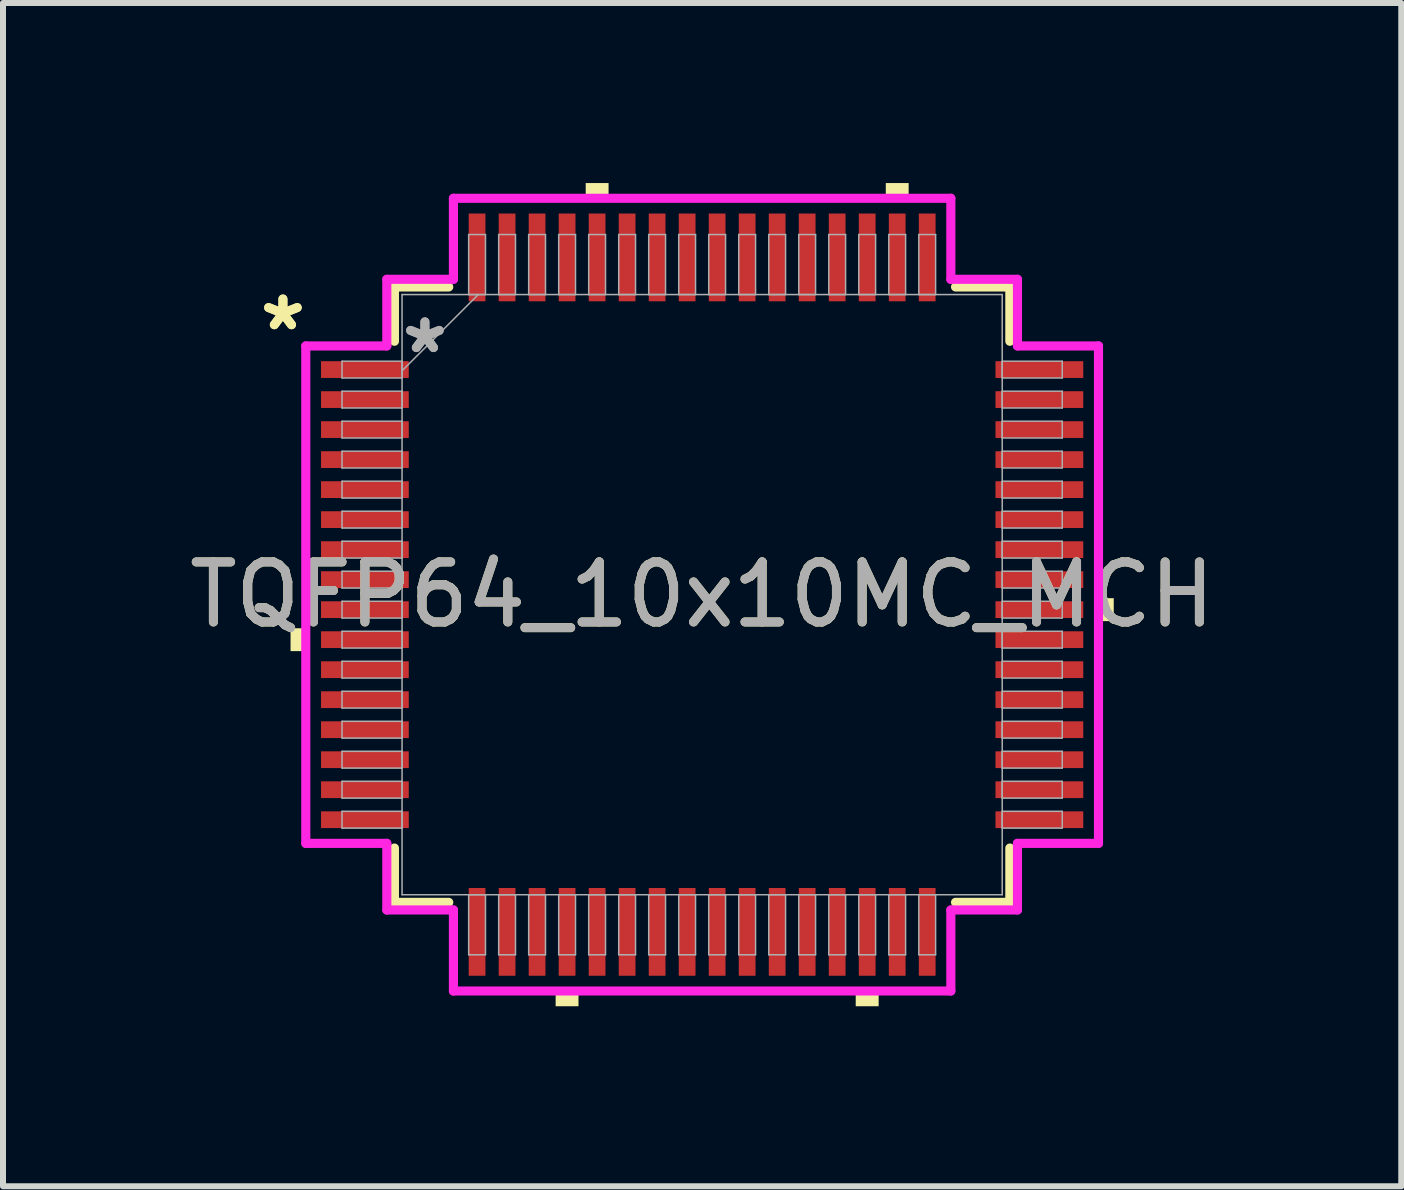
<source format=kicad_pcb>
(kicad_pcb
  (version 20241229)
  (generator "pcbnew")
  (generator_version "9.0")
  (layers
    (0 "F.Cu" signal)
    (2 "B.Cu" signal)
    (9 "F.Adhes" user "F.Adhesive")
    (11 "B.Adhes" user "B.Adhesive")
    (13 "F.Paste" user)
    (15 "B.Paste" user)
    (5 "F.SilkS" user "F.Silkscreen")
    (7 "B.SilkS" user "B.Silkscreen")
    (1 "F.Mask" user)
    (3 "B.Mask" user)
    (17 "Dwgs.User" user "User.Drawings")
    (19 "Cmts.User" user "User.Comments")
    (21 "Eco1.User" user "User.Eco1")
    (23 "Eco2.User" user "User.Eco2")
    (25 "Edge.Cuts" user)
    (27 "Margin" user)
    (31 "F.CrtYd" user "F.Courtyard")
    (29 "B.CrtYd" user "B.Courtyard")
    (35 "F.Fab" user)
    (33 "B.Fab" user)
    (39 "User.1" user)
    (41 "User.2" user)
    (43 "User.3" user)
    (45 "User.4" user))
  (footprint "TQFP64_10x10MC_MCH"
    (layer "F.Cu")
    (at 8.649 6.858)
    (property "Reference" "TQFP64_10x10MC_MCH" (at 0 0 0) (unlocked yes) (layer "F.SilkS") (effects (font (size 1 1) (thickness 0.15))))
    (attr smd)
    (fp_line (start -5.127 -5.127) (end -5.127 -4.222) (stroke (width 0.152) (type solid)) (layer "F.SilkS"))
    (fp_line (start -5.127 4.222) (end -5.127 5.127) (stroke (width 0.152) (type solid)) (layer "F.SilkS"))
    (fp_line (start -5.127 5.127) (end -4.222 5.127) (stroke (width 0.152) (type solid)) (layer "F.SilkS"))
    (fp_line (start -4.222 -5.127) (end -5.127 -5.127) (stroke (width 0.152) (type solid)) (layer "F.SilkS"))
    (fp_line (start 4.222 5.127) (end 5.127 5.127) (stroke (width 0.152) (type solid)) (layer "F.SilkS"))
    (fp_line (start 5.127 -5.127) (end 4.222 -5.127) (stroke (width 0.152) (type solid)) (layer "F.SilkS"))
    (fp_line (start 5.127 -4.222) (end 5.127 -5.127) (stroke (width 0.152) (type solid)) (layer "F.SilkS"))
    (fp_line (start 5.127 5.127) (end 5.127 4.222) (stroke (width 0.152) (type solid)) (layer "F.SilkS"))
    (fp_poly (pts (xy -6.858 0.56) (xy -6.858 0.941) (xy -6.604 0.941) (xy -6.604 0.56)) (stroke (width 0) (type solid)) (fill yes) (layer "F.SilkS"))
    (fp_poly (pts (xy -2.441 6.604) (xy -2.441 6.858) (xy -2.06 6.858) (xy -2.06 6.604)) (stroke (width 0) (type solid)) (fill yes) (layer "F.SilkS"))
    (fp_poly (pts (xy -1.94 -6.604) (xy -1.94 -6.858) (xy -1.559 -6.858) (xy -1.559 -6.604)) (stroke (width 0) (type solid)) (fill yes) (layer "F.SilkS"))
    (fp_poly (pts (xy 2.559 6.604) (xy 2.559 6.858) (xy 2.941 6.858) (xy 2.941 6.604)) (stroke (width 0) (type solid)) (fill yes) (layer "F.SilkS"))
    (fp_poly (pts (xy 3.06 -6.604) (xy 3.06 -6.858) (xy 3.441 -6.858) (xy 3.441 -6.604)) (stroke (width 0) (type solid)) (fill yes) (layer "F.SilkS"))
    (fp_poly (pts (xy 6.858 0.059) (xy 6.858 0.441) (xy 6.604 0.441) (xy 6.604 0.059)) (stroke (width 0) (type solid)) (fill yes) (layer "F.SilkS"))
    (fp_line (start -6.604 -4.144) (end -5.254 -4.144) (stroke (width 0.152) (type solid)) (layer "F.CrtYd"))
    (fp_line (start -6.604 4.144) (end -6.604 -4.144) (stroke (width 0.152) (type solid)) (layer "F.CrtYd"))
    (fp_line (start -5.254 -5.254) (end -4.144 -5.254) (stroke (width 0.152) (type solid)) (layer "F.CrtYd"))
    (fp_line (start -5.254 -4.144) (end -5.254 -5.254) (stroke (width 0.152) (type solid)) (layer "F.CrtYd"))
    (fp_line (start -5.254 4.144) (end -6.604 4.144) (stroke (width 0.152) (type solid)) (layer "F.CrtYd"))
    (fp_line (start -5.254 5.254) (end -5.254 4.144) (stroke (width 0.152) (type solid)) (layer "F.CrtYd"))
    (fp_line (start -5.254 5.254) (end -4.144 5.254) (stroke (width 0.152) (type solid)) (layer "F.CrtYd"))
    (fp_line (start -4.144 -6.604) (end 4.144 -6.604) (stroke (width 0.152) (type solid)) (layer "F.CrtYd"))
    (fp_line (start -4.144 -5.254) (end -4.144 -6.604) (stroke (width 0.152) (type solid)) (layer "F.CrtYd"))
    (fp_line (start -4.144 5.254) (end -4.144 6.604) (stroke (width 0.152) (type solid)) (layer "F.CrtYd"))
    (fp_line (start -4.144 6.604) (end 4.144 6.604) (stroke (width 0.152) (type solid)) (layer "F.CrtYd"))
    (fp_line (start 4.144 -6.604) (end 4.144 -5.254) (stroke (width 0.152) (type solid)) (layer "F.CrtYd"))
    (fp_line (start 4.144 -5.254) (end 5.254 -5.254) (stroke (width 0.152) (type solid)) (layer "F.CrtYd"))
    (fp_line (start 4.144 5.254) (end 5.254 5.254) (stroke (width 0.152) (type solid)) (layer "F.CrtYd"))
    (fp_line (start 4.144 6.604) (end 4.144 5.254) (stroke (width 0.152) (type solid)) (layer "F.CrtYd"))
    (fp_line (start 5.254 -4.144) (end 5.254 -5.254) (stroke (width 0.152) (type solid)) (layer "F.CrtYd"))
    (fp_line (start 5.254 4.144) (end 6.604 4.144) (stroke (width 0.152) (type solid)) (layer "F.CrtYd"))
    (fp_line (start 5.254 5.254) (end 5.254 4.144) (stroke (width 0.152) (type solid)) (layer "F.CrtYd"))
    (fp_line (start 6.604 -4.144) (end 5.254 -4.144) (stroke (width 0.152) (type solid)) (layer "F.CrtYd"))
    (fp_line (start 6.604 4.144) (end 6.604 -4.144) (stroke (width 0.152) (type solid)) (layer "F.CrtYd"))
    (fp_line (start -6 -3.89) (end -6 -3.61) (stroke (width 0.025) (type solid)) (layer "F.Fab"))
    (fp_line (start -6 -3.61) (end -5 -3.61) (stroke (width 0.025) (type solid)) (layer "F.Fab"))
    (fp_line (start -6 -3.39) (end -6 -3.11) (stroke (width 0.025) (type solid)) (layer "F.Fab"))
    (fp_line (start -6 -3.11) (end -5 -3.11) (stroke (width 0.025) (type solid)) (layer "F.Fab"))
    (fp_line (start -6 -2.89) (end -6 -2.61) (stroke (width 0.025) (type solid)) (layer "F.Fab"))
    (fp_line (start -6 -2.61) (end -5 -2.61) (stroke (width 0.025) (type solid)) (layer "F.Fab"))
    (fp_line (start -6 -2.39) (end -6 -2.11) (stroke (width 0.025) (type solid)) (layer "F.Fab"))
    (fp_line (start -6 -2.11) (end -5 -2.11) (stroke (width 0.025) (type solid)) (layer "F.Fab"))
    (fp_line (start -6 -1.89) (end -6 -1.61) (stroke (width 0.025) (type solid)) (layer "F.Fab"))
    (fp_line (start -6 -1.61) (end -5 -1.61) (stroke (width 0.025) (type solid)) (layer "F.Fab"))
    (fp_line (start -6 -1.39) (end -6 -1.11) (stroke (width 0.025) (type solid)) (layer "F.Fab"))
    (fp_line (start -6 -1.11) (end -5 -1.11) (stroke (width 0.025) (type solid)) (layer "F.Fab"))
    (fp_line (start -6 -0.89) (end -6 -0.61) (stroke (width 0.025) (type solid)) (layer "F.Fab"))
    (fp_line (start -6 -0.61) (end -5 -0.61) (stroke (width 0.025) (type solid)) (layer "F.Fab"))
    (fp_line (start -6 -0.39) (end -6 -0.11) (stroke (width 0.025) (type solid)) (layer "F.Fab"))
    (fp_line (start -6 -0.11) (end -5 -0.11) (stroke (width 0.025) (type solid)) (layer "F.Fab"))
    (fp_line (start -6 0.11) (end -6 0.39) (stroke (width 0.025) (type solid)) (layer "F.Fab"))
    (fp_line (start -6 0.39) (end -5 0.39) (stroke (width 0.025) (type solid)) (layer "F.Fab"))
    (fp_line (start -6 0.61) (end -6 0.89) (stroke (width 0.025) (type solid)) (layer "F.Fab"))
    (fp_line (start -6 0.89) (end -5 0.89) (stroke (width 0.025) (type solid)) (layer "F.Fab"))
    (fp_line (start -6 1.11) (end -6 1.39) (stroke (width 0.025) (type solid)) (layer "F.Fab"))
    (fp_line (start -6 1.39) (end -5 1.39) (stroke (width 0.025) (type solid)) (layer "F.Fab"))
    (fp_line (start -6 1.61) (end -6 1.89) (stroke (width 0.025) (type solid)) (layer "F.Fab"))
    (fp_line (start -6 1.89) (end -5 1.89) (stroke (width 0.025) (type solid)) (layer "F.Fab"))
    (fp_line (start -6 2.11) (end -6 2.39) (stroke (width 0.025) (type solid)) (layer "F.Fab"))
    (fp_line (start -6 2.39) (end -5 2.39) (stroke (width 0.025) (type solid)) (layer "F.Fab"))
    (fp_line (start -6 2.61) (end -6 2.89) (stroke (width 0.025) (type solid)) (layer "F.Fab"))
    (fp_line (start -6 2.89) (end -5 2.89) (stroke (width 0.025) (type solid)) (layer "F.Fab"))
    (fp_line (start -6 3.11) (end -6 3.39) (stroke (width 0.025) (type solid)) (layer "F.Fab"))
    (fp_line (start -6 3.39) (end -5 3.39) (stroke (width 0.025) (type solid)) (layer "F.Fab"))
    (fp_line (start -6 3.61) (end -6 3.89) (stroke (width 0.025) (type solid)) (layer "F.Fab"))
    (fp_line (start -6 3.89) (end -5 3.89) (stroke (width 0.025) (type solid)) (layer "F.Fab"))
    (fp_line (start -5 -5) (end -5 5) (stroke (width 0.025) (type solid)) (layer "F.Fab"))
    (fp_line (start -5 -3.89) (end -6 -3.89) (stroke (width 0.025) (type solid)) (layer "F.Fab"))
    (fp_line (start -5 -3.73) (end -3.73 -5) (stroke (width 0.025) (type solid)) (layer "F.Fab"))
    (fp_line (start -5 -3.61) (end -5 -3.89) (stroke (width 0.025) (type solid)) (layer "F.Fab"))
    (fp_line (start -5 -3.39) (end -6 -3.39) (stroke (width 0.025) (type solid)) (layer "F.Fab"))
    (fp_line (start -5 -3.11) (end -5 -3.39) (stroke (width 0.025) (type solid)) (layer "F.Fab"))
    (fp_line (start -5 -2.89) (end -6 -2.89) (stroke (width 0.025) (type solid)) (layer "F.Fab"))
    (fp_line (start -5 -2.61) (end -5 -2.89) (stroke (width 0.025) (type solid)) (layer "F.Fab"))
    (fp_line (start -5 -2.39) (end -6 -2.39) (stroke (width 0.025) (type solid)) (layer "F.Fab"))
    (fp_line (start -5 -2.11) (end -5 -2.39) (stroke (width 0.025) (type solid)) (layer "F.Fab"))
    (fp_line (start -5 -1.89) (end -6 -1.89) (stroke (width 0.025) (type solid)) (layer "F.Fab"))
    (fp_line (start -5 -1.61) (end -5 -1.89) (stroke (width 0.025) (type solid)) (layer "F.Fab"))
    (fp_line (start -5 -1.39) (end -6 -1.39) (stroke (width 0.025) (type solid)) (layer "F.Fab"))
    (fp_line (start -5 -1.11) (end -5 -1.39) (stroke (width 0.025) (type solid)) (layer "F.Fab"))
    (fp_line (start -5 -0.89) (end -6 -0.89) (stroke (width 0.025) (type solid)) (layer "F.Fab"))
    (fp_line (start -5 -0.61) (end -5 -0.89) (stroke (width 0.025) (type solid)) (layer "F.Fab"))
    (fp_line (start -5 -0.39) (end -6 -0.39) (stroke (width 0.025) (type solid)) (layer "F.Fab"))
    (fp_line (start -5 -0.11) (end -5 -0.39) (stroke (width 0.025) (type solid)) (layer "F.Fab"))
    (fp_line (start -5 0.11) (end -6 0.11) (stroke (width 0.025) (type solid)) (layer "F.Fab"))
    (fp_line (start -5 0.39) (end -5 0.11) (stroke (width 0.025) (type solid)) (layer "F.Fab"))
    (fp_line (start -5 0.61) (end -6 0.61) (stroke (width 0.025) (type solid)) (layer "F.Fab"))
    (fp_line (start -5 0.89) (end -5 0.61) (stroke (width 0.025) (type solid)) (layer "F.Fab"))
    (fp_line (start -5 1.11) (end -6 1.11) (stroke (width 0.025) (type solid)) (layer "F.Fab"))
    (fp_line (start -5 1.39) (end -5 1.11) (stroke (width 0.025) (type solid)) (layer "F.Fab"))
    (fp_line (start -5 1.61) (end -6 1.61) (stroke (width 0.025) (type solid)) (layer "F.Fab"))
    (fp_line (start -5 1.89) (end -5 1.61) (stroke (width 0.025) (type solid)) (layer "F.Fab"))
    (fp_line (start -5 2.11) (end -6 2.11) (stroke (width 0.025) (type solid)) (layer "F.Fab"))
    (fp_line (start -5 2.39) (end -5 2.11) (stroke (width 0.025) (type solid)) (layer "F.Fab"))
    (fp_line (start -5 2.61) (end -6 2.61) (stroke (width 0.025) (type solid)) (layer "F.Fab"))
    (fp_line (start -5 2.89) (end -5 2.61) (stroke (width 0.025) (type solid)) (layer "F.Fab"))
    (fp_line (start -5 3.11) (end -6 3.11) (stroke (width 0.025) (type solid)) (layer "F.Fab"))
    (fp_line (start -5 3.39) (end -5 3.11) (stroke (width 0.025) (type solid)) (layer "F.Fab"))
    (fp_line (start -5 3.61) (end -6 3.61) (stroke (width 0.025) (type solid)) (layer "F.Fab"))
    (fp_line (start -5 3.89) (end -5 3.61) (stroke (width 0.025) (type solid)) (layer "F.Fab"))
    (fp_line (start -5 5) (end 5 5) (stroke (width 0.025) (type solid)) (layer "F.Fab"))
    (fp_line (start -3.89 -6) (end -3.89 -5) (stroke (width 0.025) (type solid)) (layer "F.Fab"))
    (fp_line (start -3.89 -5) (end -3.61 -5) (stroke (width 0.025) (type solid)) (layer "F.Fab"))
    (fp_line (start -3.89 5) (end -3.89 6) (stroke (width 0.025) (type solid)) (layer "F.Fab"))
    (fp_line (start -3.89 6) (end -3.61 6) (stroke (width 0.025) (type solid)) (layer "F.Fab"))
    (fp_line (start -3.61 -6) (end -3.89 -6) (stroke (width 0.025) (type solid)) (layer "F.Fab"))
    (fp_line (start -3.61 -5) (end -3.61 -6) (stroke (width 0.025) (type solid)) (layer "F.Fab"))
    (fp_line (start -3.61 5) (end -3.89 5) (stroke (width 0.025) (type solid)) (layer "F.Fab"))
    (fp_line (start -3.61 6) (end -3.61 5) (stroke (width 0.025) (type solid)) (layer "F.Fab"))
    (fp_line (start -3.39 -6) (end -3.39 -5) (stroke (width 0.025) (type solid)) (layer "F.Fab"))
    (fp_line (start -3.39 -5) (end -3.11 -5) (stroke (width 0.025) (type solid)) (layer "F.Fab"))
    (fp_line (start -3.39 5) (end -3.39 6) (stroke (width 0.025) (type solid)) (layer "F.Fab"))
    (fp_line (start -3.39 6) (end -3.11 6) (stroke (width 0.025) (type solid)) (layer "F.Fab"))
    (fp_line (start -3.11 -6) (end -3.39 -6) (stroke (width 0.025) (type solid)) (layer "F.Fab"))
    (fp_line (start -3.11 -5) (end -3.11 -6) (stroke (width 0.025) (type solid)) (layer "F.Fab"))
    (fp_line (start -3.11 5) (end -3.39 5) (stroke (width 0.025) (type solid)) (layer "F.Fab"))
    (fp_line (start -3.11 6) (end -3.11 5) (stroke (width 0.025) (type solid)) (layer "F.Fab"))
    (fp_line (start -2.89 -6) (end -2.89 -5) (stroke (width 0.025) (type solid)) (layer "F.Fab"))
    (fp_line (start -2.89 -5) (end -2.61 -5) (stroke (width 0.025) (type solid)) (layer "F.Fab"))
    (fp_line (start -2.89 5) (end -2.89 6) (stroke (width 0.025) (type solid)) (layer "F.Fab"))
    (fp_line (start -2.89 6) (end -2.61 6) (stroke (width 0.025) (type solid)) (layer "F.Fab"))
    (fp_line (start -2.61 -6) (end -2.89 -6) (stroke (width 0.025) (type solid)) (layer "F.Fab"))
    (fp_line (start -2.61 -5) (end -2.61 -6) (stroke (width 0.025) (type solid)) (layer "F.Fab"))
    (fp_line (start -2.61 5) (end -2.89 5) (stroke (width 0.025) (type solid)) (layer "F.Fab"))
    (fp_line (start -2.61 6) (end -2.61 5) (stroke (width 0.025) (type solid)) (layer "F.Fab"))
    (fp_line (start -2.39 -6) (end -2.39 -5) (stroke (width 0.025) (type solid)) (layer "F.Fab"))
    (fp_line (start -2.39 -5) (end -2.11 -5) (stroke (width 0.025) (type solid)) (layer "F.Fab"))
    (fp_line (start -2.39 5) (end -2.39 6) (stroke (width 0.025) (type solid)) (layer "F.Fab"))
    (fp_line (start -2.39 6) (end -2.11 6) (stroke (width 0.025) (type solid)) (layer "F.Fab"))
    (fp_line (start -2.11 -6) (end -2.39 -6) (stroke (width 0.025) (type solid)) (layer "F.Fab"))
    (fp_line (start -2.11 -5) (end -2.11 -6) (stroke (width 0.025) (type solid)) (layer "F.Fab"))
    (fp_line (start -2.11 5) (end -2.39 5) (stroke (width 0.025) (type solid)) (layer "F.Fab"))
    (fp_line (start -2.11 6) (end -2.11 5) (stroke (width 0.025) (type solid)) (layer "F.Fab"))
    (fp_line (start -1.89 -6) (end -1.89 -5) (stroke (width 0.025) (type solid)) (layer "F.Fab"))
    (fp_line (start -1.89 -5) (end -1.61 -5) (stroke (width 0.025) (type solid)) (layer "F.Fab"))
    (fp_line (start -1.89 5) (end -1.89 6) (stroke (width 0.025) (type solid)) (layer "F.Fab"))
    (fp_line (start -1.89 6) (end -1.61 6) (stroke (width 0.025) (type solid)) (layer "F.Fab"))
    (fp_line (start -1.61 -6) (end -1.89 -6) (stroke (width 0.025) (type solid)) (layer "F.Fab"))
    (fp_line (start -1.61 -5) (end -1.61 -6) (stroke (width 0.025) (type solid)) (layer "F.Fab"))
    (fp_line (start -1.61 5) (end -1.89 5) (stroke (width 0.025) (type solid)) (layer "F.Fab"))
    (fp_line (start -1.61 6) (end -1.61 5) (stroke (width 0.025) (type solid)) (layer "F.Fab"))
    (fp_line (start -1.39 -6) (end -1.39 -5) (stroke (width 0.025) (type solid)) (layer "F.Fab"))
    (fp_line (start -1.39 -5) (end -1.11 -5) (stroke (width 0.025) (type solid)) (layer "F.Fab"))
    (fp_line (start -1.39 5) (end -1.39 6) (stroke (width 0.025) (type solid)) (layer "F.Fab"))
    (fp_line (start -1.39 6) (end -1.11 6) (stroke (width 0.025) (type solid)) (layer "F.Fab"))
    (fp_line (start -1.11 -6) (end -1.39 -6) (stroke (width 0.025) (type solid)) (layer "F.Fab"))
    (fp_line (start -1.11 -5) (end -1.11 -6) (stroke (width 0.025) (type solid)) (layer "F.Fab"))
    (fp_line (start -1.11 5) (end -1.39 5) (stroke (width 0.025) (type solid)) (layer "F.Fab"))
    (fp_line (start -1.11 6) (end -1.11 5) (stroke (width 0.025) (type solid)) (layer "F.Fab"))
    (fp_line (start -0.89 -6) (end -0.89 -5) (stroke (width 0.025) (type solid)) (layer "F.Fab"))
    (fp_line (start -0.89 -5) (end -0.61 -5) (stroke (width 0.025) (type solid)) (layer "F.Fab"))
    (fp_line (start -0.89 5) (end -0.89 6) (stroke (width 0.025) (type solid)) (layer "F.Fab"))
    (fp_line (start -0.89 6) (end -0.61 6) (stroke (width 0.025) (type solid)) (layer "F.Fab"))
    (fp_line (start -0.61 -6) (end -0.89 -6) (stroke (width 0.025) (type solid)) (layer "F.Fab"))
    (fp_line (start -0.61 -5) (end -0.61 -6) (stroke (width 0.025) (type solid)) (layer "F.Fab"))
    (fp_line (start -0.61 5) (end -0.89 5) (stroke (width 0.025) (type solid)) (layer "F.Fab"))
    (fp_line (start -0.61 6) (end -0.61 5) (stroke (width 0.025) (type solid)) (layer "F.Fab"))
    (fp_line (start -0.39 -6) (end -0.39 -5) (stroke (width 0.025) (type solid)) (layer "F.Fab"))
    (fp_line (start -0.39 -5) (end -0.11 -5) (stroke (width 0.025) (type solid)) (layer "F.Fab"))
    (fp_line (start -0.39 5) (end -0.39 6) (stroke (width 0.025) (type solid)) (layer "F.Fab"))
    (fp_line (start -0.39 6) (end -0.11 6) (stroke (width 0.025) (type solid)) (layer "F.Fab"))
    (fp_line (start -0.11 -6) (end -0.39 -6) (stroke (width 0.025) (type solid)) (layer "F.Fab"))
    (fp_line (start -0.11 -5) (end -0.11 -6) (stroke (width 0.025) (type solid)) (layer "F.Fab"))
    (fp_line (start -0.11 5) (end -0.39 5) (stroke (width 0.025) (type solid)) (layer "F.Fab"))
    (fp_line (start -0.11 6) (end -0.11 5) (stroke (width 0.025) (type solid)) (layer "F.Fab"))
    (fp_line (start 0.11 -6) (end 0.11 -5) (stroke (width 0.025) (type solid)) (layer "F.Fab"))
    (fp_line (start 0.11 -5) (end 0.39 -5) (stroke (width 0.025) (type solid)) (layer "F.Fab"))
    (fp_line (start 0.11 5) (end 0.11 6) (stroke (width 0.025) (type solid)) (layer "F.Fab"))
    (fp_line (start 0.11 6) (end 0.39 6) (stroke (width 0.025) (type solid)) (layer "F.Fab"))
    (fp_line (start 0.39 -6) (end 0.11 -6) (stroke (width 0.025) (type solid)) (layer "F.Fab"))
    (fp_line (start 0.39 -5) (end 0.39 -6) (stroke (width 0.025) (type solid)) (layer "F.Fab"))
    (fp_line (start 0.39 5) (end 0.11 5) (stroke (width 0.025) (type solid)) (layer "F.Fab"))
    (fp_line (start 0.39 6) (end 0.39 5) (stroke (width 0.025) (type solid)) (layer "F.Fab"))
    (fp_line (start 0.61 -6) (end 0.61 -5) (stroke (width 0.025) (type solid)) (layer "F.Fab"))
    (fp_line (start 0.61 -5) (end 0.89 -5) (stroke (width 0.025) (type solid)) (layer "F.Fab"))
    (fp_line (start 0.61 5) (end 0.61 6) (stroke (width 0.025) (type solid)) (layer "F.Fab"))
    (fp_line (start 0.61 6) (end 0.89 6) (stroke (width 0.025) (type solid)) (layer "F.Fab"))
    (fp_line (start 0.89 -6) (end 0.61 -6) (stroke (width 0.025) (type solid)) (layer "F.Fab"))
    (fp_line (start 0.89 -5) (end 0.89 -6) (stroke (width 0.025) (type solid)) (layer "F.Fab"))
    (fp_line (start 0.89 5) (end 0.61 5) (stroke (width 0.025) (type solid)) (layer "F.Fab"))
    (fp_line (start 0.89 6) (end 0.89 5) (stroke (width 0.025) (type solid)) (layer "F.Fab"))
    (fp_line (start 1.11 -6) (end 1.11 -5) (stroke (width 0.025) (type solid)) (layer "F.Fab"))
    (fp_line (start 1.11 -5) (end 1.39 -5) (stroke (width 0.025) (type solid)) (layer "F.Fab"))
    (fp_line (start 1.11 5) (end 1.11 6) (stroke (width 0.025) (type solid)) (layer "F.Fab"))
    (fp_line (start 1.11 6) (end 1.39 6) (stroke (width 0.025) (type solid)) (layer "F.Fab"))
    (fp_line (start 1.39 -6) (end 1.11 -6) (stroke (width 0.025) (type solid)) (layer "F.Fab"))
    (fp_line (start 1.39 -5) (end 1.39 -6) (stroke (width 0.025) (type solid)) (layer "F.Fab"))
    (fp_line (start 1.39 5) (end 1.11 5) (stroke (width 0.025) (type solid)) (layer "F.Fab"))
    (fp_line (start 1.39 6) (end 1.39 5) (stroke (width 0.025) (type solid)) (layer "F.Fab"))
    (fp_line (start 1.61 -6) (end 1.61 -5) (stroke (width 0.025) (type solid)) (layer "F.Fab"))
    (fp_line (start 1.61 -5) (end 1.89 -5) (stroke (width 0.025) (type solid)) (layer "F.Fab"))
    (fp_line (start 1.61 5) (end 1.61 6) (stroke (width 0.025) (type solid)) (layer "F.Fab"))
    (fp_line (start 1.61 6) (end 1.89 6) (stroke (width 0.025) (type solid)) (layer "F.Fab"))
    (fp_line (start 1.89 -6) (end 1.61 -6) (stroke (width 0.025) (type solid)) (layer "F.Fab"))
    (fp_line (start 1.89 -5) (end 1.89 -6) (stroke (width 0.025) (type solid)) (layer "F.Fab"))
    (fp_line (start 1.89 5) (end 1.61 5) (stroke (width 0.025) (type solid)) (layer "F.Fab"))
    (fp_line (start 1.89 6) (end 1.89 5) (stroke (width 0.025) (type solid)) (layer "F.Fab"))
    (fp_line (start 2.11 -6) (end 2.11 -5) (stroke (width 0.025) (type solid)) (layer "F.Fab"))
    (fp_line (start 2.11 -5) (end 2.39 -5) (stroke (width 0.025) (type solid)) (layer "F.Fab"))
    (fp_line (start 2.11 5) (end 2.11 6) (stroke (width 0.025) (type solid)) (layer "F.Fab"))
    (fp_line (start 2.11 6) (end 2.39 6) (stroke (width 0.025) (type solid)) (layer "F.Fab"))
    (fp_line (start 2.39 -6) (end 2.11 -6) (stroke (width 0.025) (type solid)) (layer "F.Fab"))
    (fp_line (start 2.39 -5) (end 2.39 -6) (stroke (width 0.025) (type solid)) (layer "F.Fab"))
    (fp_line (start 2.39 5) (end 2.11 5) (stroke (width 0.025) (type solid)) (layer "F.Fab"))
    (fp_line (start 2.39 6) (end 2.39 5) (stroke (width 0.025) (type solid)) (layer "F.Fab"))
    (fp_line (start 2.61 -6) (end 2.61 -5) (stroke (width 0.025) (type solid)) (layer "F.Fab"))
    (fp_line (start 2.61 -5) (end 2.89 -5) (stroke (width 0.025) (type solid)) (layer "F.Fab"))
    (fp_line (start 2.61 5) (end 2.61 6) (stroke (width 0.025) (type solid)) (layer "F.Fab"))
    (fp_line (start 2.61 6) (end 2.89 6) (stroke (width 0.025) (type solid)) (layer "F.Fab"))
    (fp_line (start 2.89 -6) (end 2.61 -6) (stroke (width 0.025) (type solid)) (layer "F.Fab"))
    (fp_line (start 2.89 -5) (end 2.89 -6) (stroke (width 0.025) (type solid)) (layer "F.Fab"))
    (fp_line (start 2.89 5) (end 2.61 5) (stroke (width 0.025) (type solid)) (layer "F.Fab"))
    (fp_line (start 2.89 6) (end 2.89 5) (stroke (width 0.025) (type solid)) (layer "F.Fab"))
    (fp_line (start 3.11 -6) (end 3.11 -5) (stroke (width 0.025) (type solid)) (layer "F.Fab"))
    (fp_line (start 3.11 -5) (end 3.39 -5) (stroke (width 0.025) (type solid)) (layer "F.Fab"))
    (fp_line (start 3.11 5) (end 3.11 6) (stroke (width 0.025) (type solid)) (layer "F.Fab"))
    (fp_line (start 3.11 6) (end 3.39 6) (stroke (width 0.025) (type solid)) (layer "F.Fab"))
    (fp_line (start 3.39 -6) (end 3.11 -6) (stroke (width 0.025) (type solid)) (layer "F.Fab"))
    (fp_line (start 3.39 -5) (end 3.39 -6) (stroke (width 0.025) (type solid)) (layer "F.Fab"))
    (fp_line (start 3.39 5) (end 3.11 5) (stroke (width 0.025) (type solid)) (layer "F.Fab"))
    (fp_line (start 3.39 6) (end 3.39 5) (stroke (width 0.025) (type solid)) (layer "F.Fab"))
    (fp_line (start 3.61 -6) (end 3.61 -5) (stroke (width 0.025) (type solid)) (layer "F.Fab"))
    (fp_line (start 3.61 -5) (end 3.89 -5) (stroke (width 0.025) (type solid)) (layer "F.Fab"))
    (fp_line (start 3.61 5) (end 3.61 6) (stroke (width 0.025) (type solid)) (layer "F.Fab"))
    (fp_line (start 3.61 6) (end 3.89 6) (stroke (width 0.025) (type solid)) (layer "F.Fab"))
    (fp_line (start 3.89 -6) (end 3.61 -6) (stroke (width 0.025) (type solid)) (layer "F.Fab"))
    (fp_line (start 3.89 -5) (end 3.89 -6) (stroke (width 0.025) (type solid)) (layer "F.Fab"))
    (fp_line (start 3.89 5) (end 3.61 5) (stroke (width 0.025) (type solid)) (layer "F.Fab"))
    (fp_line (start 3.89 6) (end 3.89 5) (stroke (width 0.025) (type solid)) (layer "F.Fab"))
    (fp_line (start 5 -5) (end -5 -5) (stroke (width 0.025) (type solid)) (layer "F.Fab"))
    (fp_line (start 5 -3.89) (end 5 -3.61) (stroke (width 0.025) (type solid)) (layer "F.Fab"))
    (fp_line (start 5 -3.61) (end 6 -3.61) (stroke (width 0.025) (type solid)) (layer "F.Fab"))
    (fp_line (start 5 -3.39) (end 5 -3.11) (stroke (width 0.025) (type solid)) (layer "F.Fab"))
    (fp_line (start 5 -3.11) (end 6 -3.11) (stroke (width 0.025) (type solid)) (layer "F.Fab"))
    (fp_line (start 5 -2.89) (end 5 -2.61) (stroke (width 0.025) (type solid)) (layer "F.Fab"))
    (fp_line (start 5 -2.61) (end 6 -2.61) (stroke (width 0.025) (type solid)) (layer "F.Fab"))
    (fp_line (start 5 -2.39) (end 5 -2.11) (stroke (width 0.025) (type solid)) (layer "F.Fab"))
    (fp_line (start 5 -2.11) (end 6 -2.11) (stroke (width 0.025) (type solid)) (layer "F.Fab"))
    (fp_line (start 5 -1.89) (end 5 -1.61) (stroke (width 0.025) (type solid)) (layer "F.Fab"))
    (fp_line (start 5 -1.61) (end 6 -1.61) (stroke (width 0.025) (type solid)) (layer "F.Fab"))
    (fp_line (start 5 -1.39) (end 5 -1.11) (stroke (width 0.025) (type solid)) (layer "F.Fab"))
    (fp_line (start 5 -1.11) (end 6 -1.11) (stroke (width 0.025) (type solid)) (layer "F.Fab"))
    (fp_line (start 5 -0.89) (end 5 -0.61) (stroke (width 0.025) (type solid)) (layer "F.Fab"))
    (fp_line (start 5 -0.61) (end 6 -0.61) (stroke (width 0.025) (type solid)) (layer "F.Fab"))
    (fp_line (start 5 -0.39) (end 5 -0.11) (stroke (width 0.025) (type solid)) (layer "F.Fab"))
    (fp_line (start 5 -0.11) (end 6 -0.11) (stroke (width 0.025) (type solid)) (layer "F.Fab"))
    (fp_line (start 5 0.11) (end 5 0.39) (stroke (width 0.025) (type solid)) (layer "F.Fab"))
    (fp_line (start 5 0.39) (end 6 0.39) (stroke (width 0.025) (type solid)) (layer "F.Fab"))
    (fp_line (start 5 0.61) (end 5 0.89) (stroke (width 0.025) (type solid)) (layer "F.Fab"))
    (fp_line (start 5 0.89) (end 6 0.89) (stroke (width 0.025) (type solid)) (layer "F.Fab"))
    (fp_line (start 5 1.11) (end 5 1.39) (stroke (width 0.025) (type solid)) (layer "F.Fab"))
    (fp_line (start 5 1.39) (end 6 1.39) (stroke (width 0.025) (type solid)) (layer "F.Fab"))
    (fp_line (start 5 1.61) (end 5 1.89) (stroke (width 0.025) (type solid)) (layer "F.Fab"))
    (fp_line (start 5 1.89) (end 6 1.89) (stroke (width 0.025) (type solid)) (layer "F.Fab"))
    (fp_line (start 5 2.11) (end 5 2.39) (stroke (width 0.025) (type solid)) (layer "F.Fab"))
    (fp_line (start 5 2.39) (end 6 2.39) (stroke (width 0.025) (type solid)) (layer "F.Fab"))
    (fp_line (start 5 2.61) (end 5 2.89) (stroke (width 0.025) (type solid)) (layer "F.Fab"))
    (fp_line (start 5 2.89) (end 6 2.89) (stroke (width 0.025) (type solid)) (layer "F.Fab"))
    (fp_line (start 5 3.11) (end 5 3.39) (stroke (width 0.025) (type solid)) (layer "F.Fab"))
    (fp_line (start 5 3.39) (end 6 3.39) (stroke (width 0.025) (type solid)) (layer "F.Fab"))
    (fp_line (start 5 3.61) (end 5 3.89) (stroke (width 0.025) (type solid)) (layer "F.Fab"))
    (fp_line (start 5 3.89) (end 6 3.89) (stroke (width 0.025) (type solid)) (layer "F.Fab"))
    (fp_line (start 5 5) (end 5 -5) (stroke (width 0.025) (type solid)) (layer "F.Fab"))
    (fp_line (start 6 -3.89) (end 5 -3.89) (stroke (width 0.025) (type solid)) (layer "F.Fab"))
    (fp_line (start 6 -3.61) (end 6 -3.89) (stroke (width 0.025) (type solid)) (layer "F.Fab"))
    (fp_line (start 6 -3.39) (end 5 -3.39) (stroke (width 0.025) (type solid)) (layer "F.Fab"))
    (fp_line (start 6 -3.11) (end 6 -3.39) (stroke (width 0.025) (type solid)) (layer "F.Fab"))
    (fp_line (start 6 -2.89) (end 5 -2.89) (stroke (width 0.025) (type solid)) (layer "F.Fab"))
    (fp_line (start 6 -2.61) (end 6 -2.89) (stroke (width 0.025) (type solid)) (layer "F.Fab"))
    (fp_line (start 6 -2.39) (end 5 -2.39) (stroke (width 0.025) (type solid)) (layer "F.Fab"))
    (fp_line (start 6 -2.11) (end 6 -2.39) (stroke (width 0.025) (type solid)) (layer "F.Fab"))
    (fp_line (start 6 -1.89) (end 5 -1.89) (stroke (width 0.025) (type solid)) (layer "F.Fab"))
    (fp_line (start 6 -1.61) (end 6 -1.89) (stroke (width 0.025) (type solid)) (layer "F.Fab"))
    (fp_line (start 6 -1.39) (end 5 -1.39) (stroke (width 0.025) (type solid)) (layer "F.Fab"))
    (fp_line (start 6 -1.11) (end 6 -1.39) (stroke (width 0.025) (type solid)) (layer "F.Fab"))
    (fp_line (start 6 -0.89) (end 5 -0.89) (stroke (width 0.025) (type solid)) (layer "F.Fab"))
    (fp_line (start 6 -0.61) (end 6 -0.89) (stroke (width 0.025) (type solid)) (layer "F.Fab"))
    (fp_line (start 6 -0.39) (end 5 -0.39) (stroke (width 0.025) (type solid)) (layer "F.Fab"))
    (fp_line (start 6 -0.11) (end 6 -0.39) (stroke (width 0.025) (type solid)) (layer "F.Fab"))
    (fp_line (start 6 0.11) (end 5 0.11) (stroke (width 0.025) (type solid)) (layer "F.Fab"))
    (fp_line (start 6 0.39) (end 6 0.11) (stroke (width 0.025) (type solid)) (layer "F.Fab"))
    (fp_line (start 6 0.61) (end 5 0.61) (stroke (width 0.025) (type solid)) (layer "F.Fab"))
    (fp_line (start 6 0.89) (end 6 0.61) (stroke (width 0.025) (type solid)) (layer "F.Fab"))
    (fp_line (start 6 1.11) (end 5 1.11) (stroke (width 0.025) (type solid)) (layer "F.Fab"))
    (fp_line (start 6 1.39) (end 6 1.11) (stroke (width 0.025) (type solid)) (layer "F.Fab"))
    (fp_line (start 6 1.61) (end 5 1.61) (stroke (width 0.025) (type solid)) (layer "F.Fab"))
    (fp_line (start 6 1.89) (end 6 1.61) (stroke (width 0.025) (type solid)) (layer "F.Fab"))
    (fp_line (start 6 2.11) (end 5 2.11) (stroke (width 0.025) (type solid)) (layer "F.Fab"))
    (fp_line (start 6 2.39) (end 6 2.11) (stroke (width 0.025) (type solid)) (layer "F.Fab"))
    (fp_line (start 6 2.61) (end 5 2.61) (stroke (width 0.025) (type solid)) (layer "F.Fab"))
    (fp_line (start 6 2.89) (end 6 2.61) (stroke (width 0.025) (type solid)) (layer "F.Fab"))
    (fp_line (start 6 3.11) (end 5 3.11) (stroke (width 0.025) (type solid)) (layer "F.Fab"))
    (fp_line (start 6 3.39) (end 6 3.11) (stroke (width 0.025) (type solid)) (layer "F.Fab"))
    (fp_line (start 6 3.61) (end 5 3.61) (stroke (width 0.025) (type solid)) (layer "F.Fab"))
    (fp_line (start 6 3.89) (end 6 3.61) (stroke (width 0.025) (type solid)) (layer "F.Fab"))
    (fp_text user "*" (at -6.985 -4.381 0) (unlocked yes) (layer "F.SilkS") (effects (font (size 1 1) (thickness 0.15))))
    (fp_text user "*" (at -6.985 -4.381 0) (layer "F.SilkS") (effects (font (size 1 1) (thickness 0.15))))
    (fp_text user "*" (at -4.619 -4 0) (unlocked yes) (layer "F.Fab") (effects (font (size 1 1) (thickness 0.15))))
    (fp_text user "${REFERENCE}" (at 0 0 0) (unlocked yes) (layer "F.Fab") (effects (font (size 1 1) (thickness 0.15))))
    (fp_text user "*" (at -4.619 -4 0) (layer "F.Fab") (effects (font (size 1 1) (thickness 0.15))))
    (pad "1" smd rect (at -5.619 -3.75 90) (size 0.279 1.462) (layers "F.Cu" "F.Mask" "F.Paste"))
    (pad "2" smd rect (at -5.619 -3.25 90) (size 0.279 1.462) (layers "F.Cu" "F.Mask" "F.Paste"))
    (pad "3" smd rect (at -5.619 -2.75 90) (size 0.279 1.462) (layers "F.Cu" "F.Mask" "F.Paste"))
    (pad "4" smd rect (at -5.619 -2.25 90) (size 0.279 1.462) (layers "F.Cu" "F.Mask" "F.Paste"))
    (pad "5" smd rect (at -5.619 -1.75 90) (size 0.279 1.462) (layers "F.Cu" "F.Mask" "F.Paste"))
    (pad "6" smd rect (at -5.619 -1.25 90) (size 0.279 1.462) (layers "F.Cu" "F.Mask" "F.Paste"))
    (pad "7" smd rect (at -5.619 -0.75 90) (size 0.279 1.462) (layers "F.Cu" "F.Mask" "F.Paste"))
    (pad "8" smd rect (at -5.619 -0.25 90) (size 0.279 1.462) (layers "F.Cu" "F.Mask" "F.Paste"))
    (pad "9" smd rect (at -5.619 0.25 90) (size 0.279 1.462) (layers "F.Cu" "F.Mask" "F.Paste"))
    (pad "10" smd rect (at -5.619 0.75 90) (size 0.279 1.462) (layers "F.Cu" "F.Mask" "F.Paste"))
    (pad "11" smd rect (at -5.619 1.25 90) (size 0.279 1.462) (layers "F.Cu" "F.Mask" "F.Paste"))
    (pad "12" smd rect (at -5.619 1.75 90) (size 0.279 1.462) (layers "F.Cu" "F.Mask" "F.Paste"))
    (pad "13" smd rect (at -5.619 2.25 90) (size 0.279 1.462) (layers "F.Cu" "F.Mask" "F.Paste"))
    (pad "14" smd rect (at -5.619 2.75 90) (size 0.279 1.462) (layers "F.Cu" "F.Mask" "F.Paste"))
    (pad "15" smd rect (at -5.619 3.25 90) (size 0.279 1.462) (layers "F.Cu" "F.Mask" "F.Paste"))
    (pad "16" smd rect (at -5.619 3.75 90) (size 0.279 1.462) (layers "F.Cu" "F.Mask" "F.Paste"))
    (pad "17" smd rect (at -3.75 5.619) (size 0.279 1.462) (layers "F.Cu" "F.Mask" "F.Paste"))
    (pad "18" smd rect (at -3.25 5.619) (size 0.279 1.462) (layers "F.Cu" "F.Mask" "F.Paste"))
    (pad "19" smd rect (at -2.75 5.619) (size 0.279 1.462) (layers "F.Cu" "F.Mask" "F.Paste"))
    (pad "20" smd rect (at -2.25 5.619) (size 0.279 1.462) (layers "F.Cu" "F.Mask" "F.Paste"))
    (pad "21" smd rect (at -1.75 5.619) (size 0.279 1.462) (layers "F.Cu" "F.Mask" "F.Paste"))
    (pad "22" smd rect (at -1.25 5.619) (size 0.279 1.462) (layers "F.Cu" "F.Mask" "F.Paste"))
    (pad "23" smd rect (at -0.75 5.619) (size 0.279 1.462) (layers "F.Cu" "F.Mask" "F.Paste"))
    (pad "24" smd rect (at -0.25 5.619) (size 0.279 1.462) (layers "F.Cu" "F.Mask" "F.Paste"))
    (pad "25" smd rect (at 0.25 5.619) (size 0.279 1.462) (layers "F.Cu" "F.Mask" "F.Paste"))
    (pad "26" smd rect (at 0.75 5.619) (size 0.279 1.462) (layers "F.Cu" "F.Mask" "F.Paste"))
    (pad "27" smd rect (at 1.25 5.619) (size 0.279 1.462) (layers "F.Cu" "F.Mask" "F.Paste"))
    (pad "28" smd rect (at 1.75 5.619) (size 0.279 1.462) (layers "F.Cu" "F.Mask" "F.Paste"))
    (pad "29" smd rect (at 2.25 5.619) (size 0.279 1.462) (layers "F.Cu" "F.Mask" "F.Paste"))
    (pad "30" smd rect (at 2.75 5.619) (size 0.279 1.462) (layers "F.Cu" "F.Mask" "F.Paste"))
    (pad "31" smd rect (at 3.25 5.619) (size 0.279 1.462) (layers "F.Cu" "F.Mask" "F.Paste"))
    (pad "32" smd rect (at 3.75 5.619) (size 0.279 1.462) (layers "F.Cu" "F.Mask" "F.Paste"))
    (pad "33" smd rect (at 5.619 3.75 90) (size 0.279 1.462) (layers "F.Cu" "F.Mask" "F.Paste"))
    (pad "34" smd rect (at 5.619 3.25 90) (size 0.279 1.462) (layers "F.Cu" "F.Mask" "F.Paste"))
    (pad "35" smd rect (at 5.619 2.75 90) (size 0.279 1.462) (layers "F.Cu" "F.Mask" "F.Paste"))
    (pad "36" smd rect (at 5.619 2.25 90) (size 0.279 1.462) (layers "F.Cu" "F.Mask" "F.Paste"))
    (pad "37" smd rect (at 5.619 1.75 90) (size 0.279 1.462) (layers "F.Cu" "F.Mask" "F.Paste"))
    (pad "38" smd rect (at 5.619 1.25 90) (size 0.279 1.462) (layers "F.Cu" "F.Mask" "F.Paste"))
    (pad "39" smd rect (at 5.619 0.75 90) (size 0.279 1.462) (layers "F.Cu" "F.Mask" "F.Paste"))
    (pad "40" smd rect (at 5.619 0.25 90) (size 0.279 1.462) (layers "F.Cu" "F.Mask" "F.Paste"))
    (pad "41" smd rect (at 5.619 -0.25 90) (size 0.279 1.462) (layers "F.Cu" "F.Mask" "F.Paste"))
    (pad "42" smd rect (at 5.619 -0.75 90) (size 0.279 1.462) (layers "F.Cu" "F.Mask" "F.Paste"))
    (pad "43" smd rect (at 5.619 -1.25 90) (size 0.279 1.462) (layers "F.Cu" "F.Mask" "F.Paste"))
    (pad "44" smd rect (at 5.619 -1.75 90) (size 0.279 1.462) (layers "F.Cu" "F.Mask" "F.Paste"))
    (pad "45" smd rect (at 5.619 -2.25 90) (size 0.279 1.462) (layers "F.Cu" "F.Mask" "F.Paste"))
    (pad "46" smd rect (at 5.619 -2.75 90) (size 0.279 1.462) (layers "F.Cu" "F.Mask" "F.Paste"))
    (pad "47" smd rect (at 5.619 -3.25 90) (size 0.279 1.462) (layers "F.Cu" "F.Mask" "F.Paste"))
    (pad "48" smd rect (at 5.619 -3.75 90) (size 0.279 1.462) (layers "F.Cu" "F.Mask" "F.Paste"))
    (pad "49" smd rect (at 3.75 -5.619) (size 0.279 1.462) (layers "F.Cu" "F.Mask" "F.Paste"))
    (pad "50" smd rect (at 3.25 -5.619) (size 0.279 1.462) (layers "F.Cu" "F.Mask" "F.Paste"))
    (pad "51" smd rect (at 2.75 -5.619) (size 0.279 1.462) (layers "F.Cu" "F.Mask" "F.Paste"))
    (pad "52" smd rect (at 2.25 -5.619) (size 0.279 1.462) (layers "F.Cu" "F.Mask" "F.Paste"))
    (pad "53" smd rect (at 1.75 -5.619) (size 0.279 1.462) (layers "F.Cu" "F.Mask" "F.Paste"))
    (pad "54" smd rect (at 1.25 -5.619) (size 0.279 1.462) (layers "F.Cu" "F.Mask" "F.Paste"))
    (pad "55" smd rect (at 0.75 -5.619) (size 0.279 1.462) (layers "F.Cu" "F.Mask" "F.Paste"))
    (pad "56" smd rect (at 0.25 -5.619) (size 0.279 1.462) (layers "F.Cu" "F.Mask" "F.Paste"))
    (pad "57" smd rect (at -0.25 -5.619) (size 0.279 1.462) (layers "F.Cu" "F.Mask" "F.Paste"))
    (pad "58" smd rect (at -0.75 -5.619) (size 0.279 1.462) (layers "F.Cu" "F.Mask" "F.Paste"))
    (pad "59" smd rect (at -1.25 -5.619) (size 0.279 1.462) (layers "F.Cu" "F.Mask" "F.Paste"))
    (pad "60" smd rect (at -1.75 -5.619) (size 0.279 1.462) (layers "F.Cu" "F.Mask" "F.Paste"))
    (pad "61" smd rect (at -2.25 -5.619) (size 0.279 1.462) (layers "F.Cu" "F.Mask" "F.Paste"))
    (pad "62" smd rect (at -2.75 -5.619) (size 0.279 1.462) (layers "F.Cu" "F.Mask" "F.Paste"))
    (pad "63" smd rect (at -3.25 -5.619) (size 0.279 1.462) (layers "F.Cu" "F.Mask" "F.Paste"))
    (pad "64" smd rect (at -3.75 -5.619) (size 0.279 1.462) (layers "F.Cu" "F.Mask" "F.Paste")))
  (gr_rect
    (start -3 -3)
    (end 20.298 16.716)
    (stroke (width 0.1) (type default))
    (fill no)
    (layer "Edge.Cuts")))
</source>
